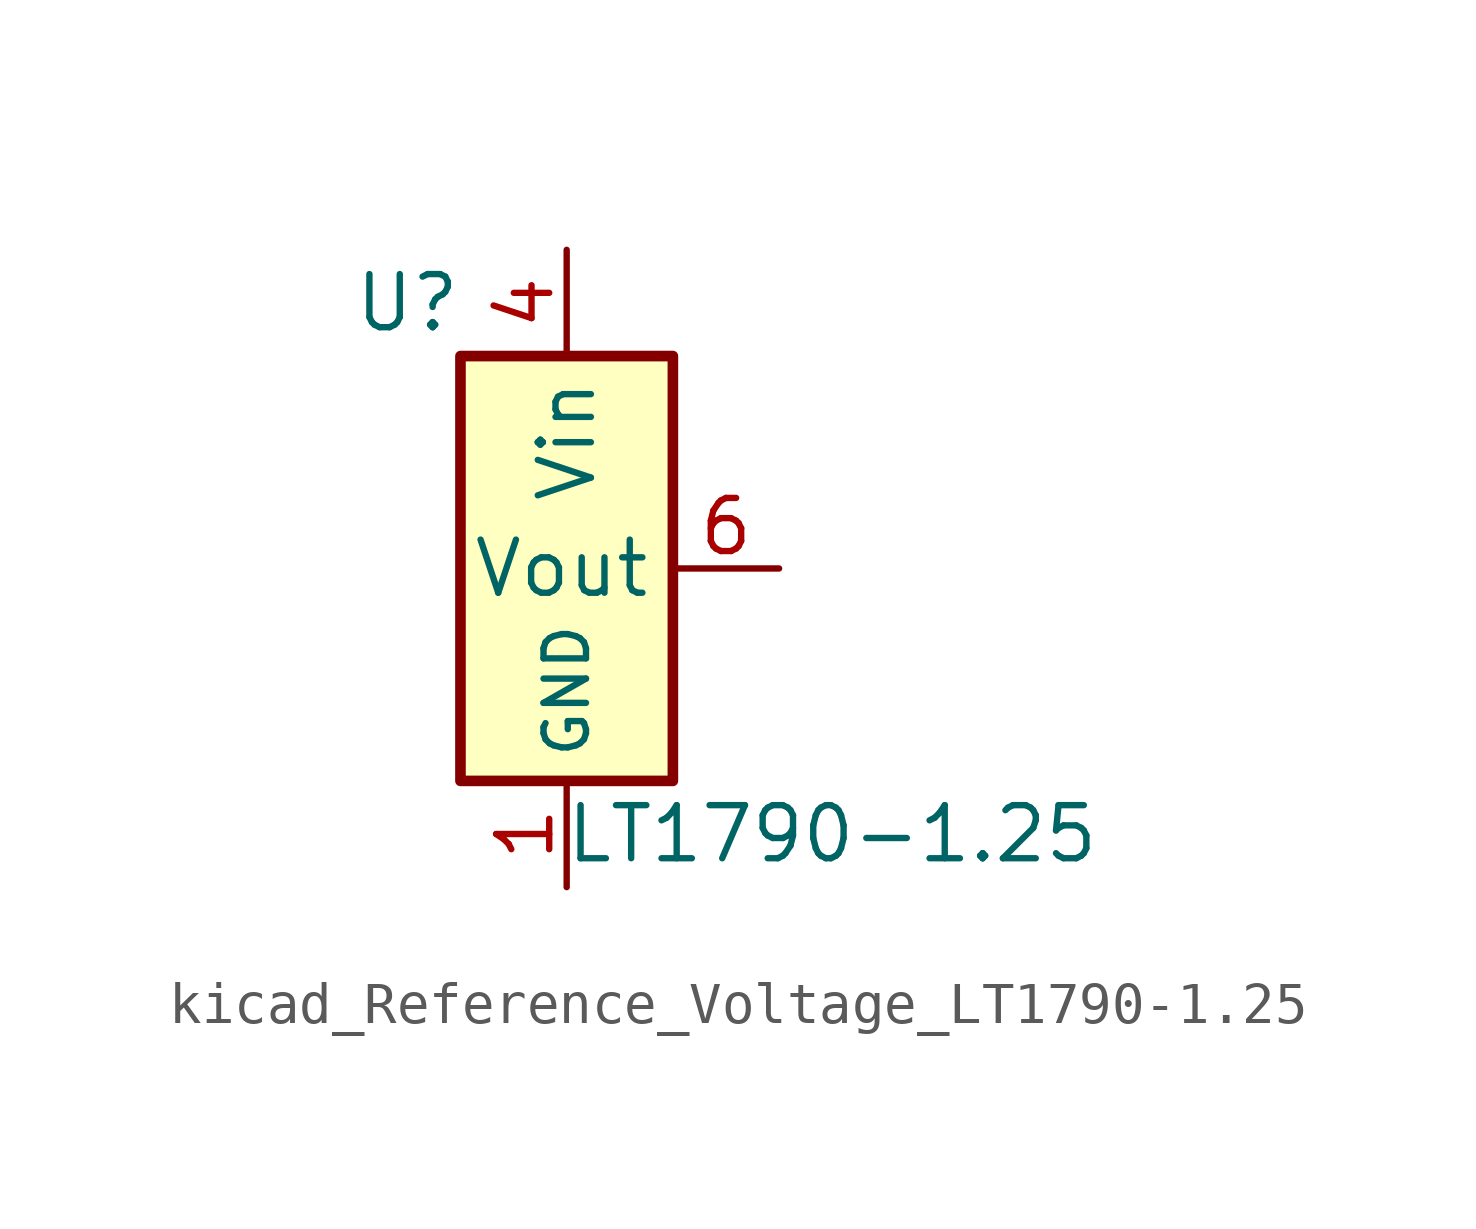
<source format=kicad_sym>
(kicad_symbol_lib
  (version 20220914)
  (generator kicad_symbol_editor)
  (symbol "kicad_Reference_Voltage_LT1790-1.25"
    (property "Reference" "U"
      (at -3.81 6.35 0)
      (effects (font (size 1.27 1.27))))
    (property "Value" "LT1790-1.25"
      (at 6.35 -6.35 0)
      (effects (font (size 1.27 1.27))))
    (symbol "kicad_Reference_Voltage_LT1790-1.25_0_1"
      (rectangle (start 2.54 5.08) (end -2.54 -5.08) (stroke (width 0.254) (type default)) (fill (type background))))
    (symbol "kicad_Reference_Voltage_LT1790-1.25_1_1"
      (pin power_in line (at 0 -7.62 90) (length 2.54) (name "GND" (effects (font (size 1.016 1.016)))) (number "1" (effects (font (size 1.27 1.27)))))
      (pin passive line (at 0 -7.62 90) (length 2.54) hide (name "GND" (effects (font (size 1.016 1.016)))) (number "2" (effects (font (size 1.27 1.27)))))
      (pin power_in line (at 0 7.62 270) (length 2.54) (name "Vin" (effects (font (size 1.27 1.27)))) (number "4" (effects (font (size 1.27 1.27)))))
      (pin output line (at 5.08 0 180) (length 2.54) (name "Vout" (effects (font (size 1.27 1.27)))) (number "6" (effects (font (size 1.27 1.27))))))))
</source>
